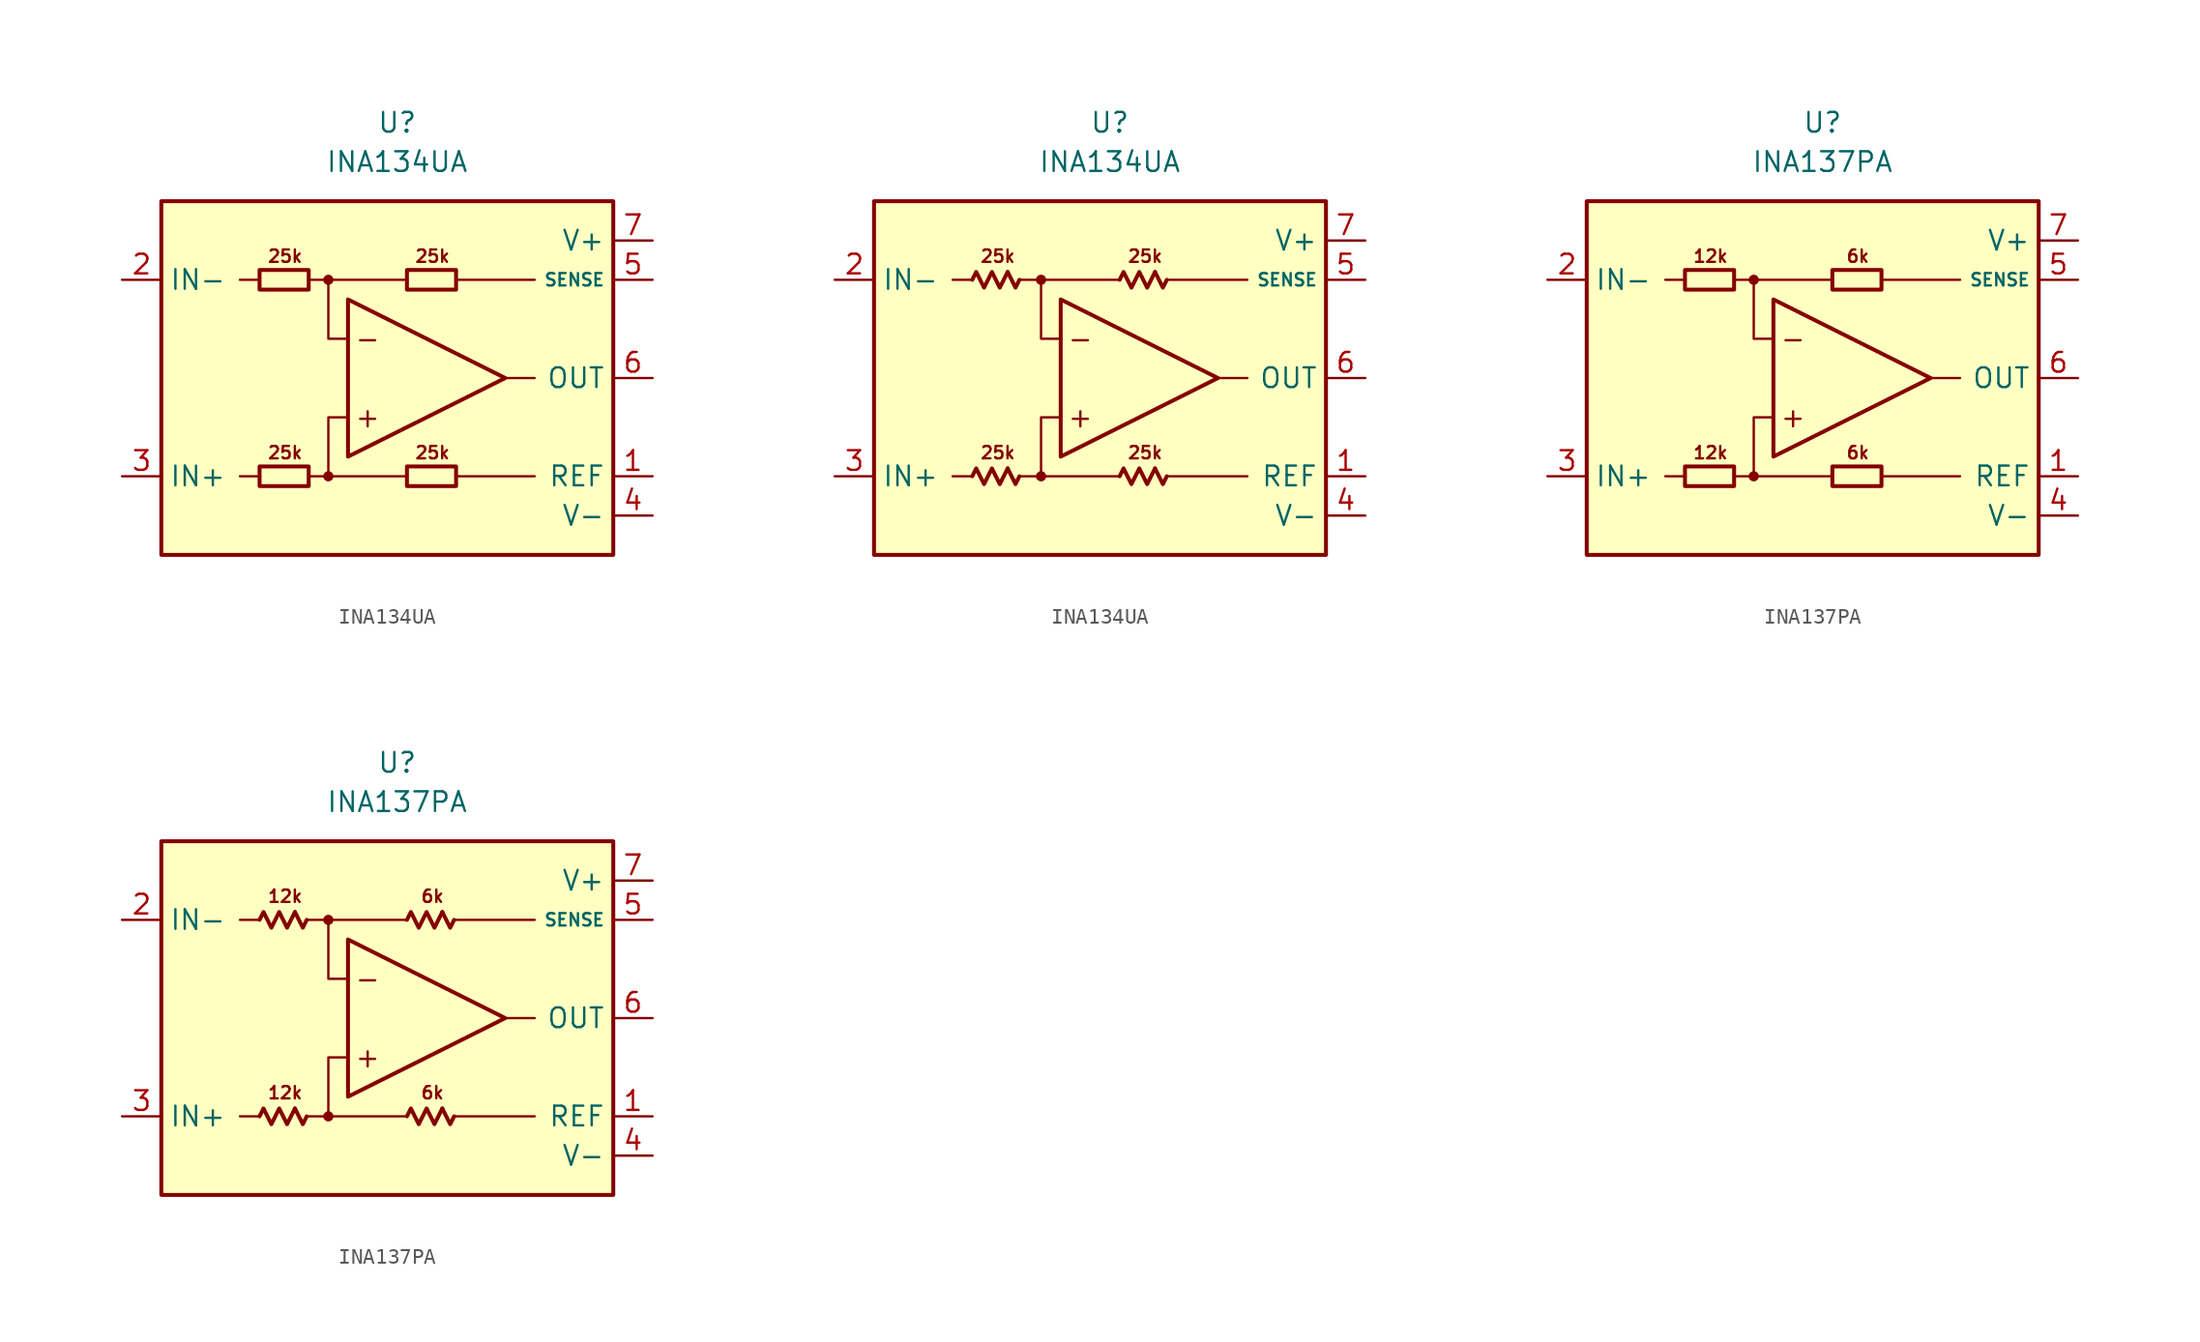
<source format=kicad_sym>
(kicad_symbol_lib
  (version 20231120)
  (generator "kicad_symbol_editor")
  (generator_version "8.0")
  (symbol "INA134UA"
    (property "Reference" "U"
      (at 0 16.51 0)
      (effects (font (size 1.27 1.27))))
    (property "Value" "INA134UA"
      (at 0 13.97 0)
      (effects (font (size 1.27 1.27))))
    (symbol "INA134UA_0_0"
      (rectangle (start -15.24 11.43) (end 13.97 -11.43) (stroke (width 0.254) (type default)) (fill (type background)))
      (circle (center -4.445 -6.35) (radius 0.254) (stroke (width 0.152) (type default)) (fill (type outline)))
      (circle (center -4.445 6.35) (radius 0.254) (stroke (width 0.152) (type default)) (fill (type outline)))
      (polyline (pts (xy -8.89 -6.35) (xy -10.16 -6.35)) (stroke (width 0.152) (type default)) (fill (type none)))
      (polyline (pts (xy -8.89 6.35) (xy -10.16 6.35)) (stroke (width 0.152) (type default)) (fill (type none)))
      (polyline (pts (xy -4.445 6.35) (xy 0.635 6.35)) (stroke (width 0.152) (type default)) (fill (type none)))
      (polyline (pts (xy 0.635 -6.35) (xy -4.445 -6.35)) (stroke (width 0.152) (type default)) (fill (type none)))
      (polyline (pts (xy 3.81 -6.35) (xy 8.89 -6.35)) (stroke (width 0.152) (type default)) (fill (type none)))
      (polyline (pts (xy 3.81 6.35) (xy 8.89 6.35)) (stroke (width 0.152) (type default)) (fill (type none)))
      (polyline (pts (xy 8.89 0) (xy 6.985 0)) (stroke (width 0.152) (type default)) (fill (type none)))
      (polyline (pts (xy -5.715 -6.35) (xy -4.445 -6.35) (xy -4.445 -2.54) (xy -3.175 -2.54)) (stroke (width 0.152) (type default)) (fill (type none)))
      (polyline (pts (xy -3.175 2.54) (xy -4.445 2.54) (xy -4.445 6.35) (xy -5.715 6.35)) (stroke (width 0.152) (type default)) (fill (type none)))
      (polyline (pts (xy -3.175 5.08) (xy -3.175 -5.08) (xy 6.985 0) (xy -3.175 5.08)) (stroke (width 0.254) (type default)) (fill (type none)))
      (text "+" (at -1.905 -2.54 0) (effects (font (size 1.27 1.27))))
      (text "-" (at -1.905 2.54 0) (effects (font (size 1.27 1.27))))
      (text "25k" (at -7.239 -4.826 0) (effects (font (size 0.8 0.8))))
      (text "25k" (at -7.239 7.874 0) (effects (font (size 0.8 0.8))))
      (text "25k" (at 2.286 -4.826 0) (effects (font (size 0.8 0.8))))
      (text "25k" (at 2.286 7.874 0) (effects (font (size 0.8 0.8)))))
    (symbol "INA134UA_0_1"
      (rectangle (start -8.89 -5.715) (end -5.715 -6.985) (stroke (width 0.254) (type default)) (fill (type none)))
      (rectangle (start -8.89 6.985) (end -5.715 5.715) (stroke (width 0.254) (type default)) (fill (type none)))
      (rectangle (start 0.635 -5.715) (end 3.81 -6.985) (stroke (width 0.254) (type default)) (fill (type none)))
      (rectangle (start 0.635 6.985) (end 3.81 5.715) (stroke (width 0.254) (type default)) (fill (type none))))
    (symbol "INA134UA_0_2"
      (polyline (pts (xy -6.604 -5.842) (xy -6.096 -6.858) (xy -5.842 -6.35)) (stroke (width 0.254) (type default)) (fill (type none)))
      (polyline (pts (xy -6.604 6.858) (xy -6.096 5.842) (xy -5.842 6.35)) (stroke (width 0.254) (type default)) (fill (type none)))
      (polyline (pts (xy 2.921 -5.842) (xy 3.429 -6.858) (xy 3.683 -6.35)) (stroke (width 0.254) (type default)) (fill (type none)))
      (polyline (pts (xy 2.921 6.858) (xy 3.429 5.842) (xy 3.683 6.35)) (stroke (width 0.254) (type default)) (fill (type none)))
      (polyline (pts (xy -8.89 -6.35) (xy -8.636 -5.842) (xy -8.128 -6.858) (xy -7.62 -5.842) (xy -7.112 -6.858) (xy -6.604 -5.842)) (stroke (width 0.254) (type default)) (fill (type none)))
      (polyline (pts (xy -8.89 6.35) (xy -8.636 6.858) (xy -8.128 5.842) (xy -7.62 6.858) (xy -7.112 5.842) (xy -6.604 6.858)) (stroke (width 0.254) (type default)) (fill (type none)))
      (polyline (pts (xy 0.635 -6.35) (xy 0.889 -5.842) (xy 1.397 -6.858) (xy 1.905 -5.842) (xy 2.413 -6.858) (xy 2.921 -5.842)) (stroke (width 0.254) (type default)) (fill (type none)))
      (polyline (pts (xy 0.635 6.35) (xy 0.889 6.858) (xy 1.397 5.842) (xy 1.905 6.858) (xy 2.413 5.842) (xy 2.921 6.858)) (stroke (width 0.254) (type default)) (fill (type none))))
    (symbol "INA134UA_1_1"
      (pin input line (at 16.51 -6.35 180) (length 2.54) (name "REF" (effects (font (size 1.27 1.27)))) (number "1" (effects (font (size 1.27 1.27)))))
      (pin input line (at -17.78 6.35 0) (length 2.54) (name "IN-" (effects (font (size 1.27 1.27)))) (number "2" (effects (font (size 1.27 1.27)))))
      (pin input line (at -17.78 -6.35 0) (length 2.54) (name "IN+" (effects (font (size 1.27 1.27)))) (number "3" (effects (font (size 1.27 1.27)))))
      (pin power_in line (at 16.51 -8.89 180) (length 2.54) (name "V-" (effects (font (size 1.27 1.27)))) (number "4" (effects (font (size 1.27 1.27)))))
      (pin input line (at 16.51 6.35 180) (length 2.54) (name "SENSE" (effects (font (size 0.8 0.8)))) (number "5" (effects (font (size 1.27 1.27)))))
      (pin output line (at 16.51 0 180) (length 2.54) (name "OUT" (effects (font (size 1.27 1.27)))) (number "6" (effects (font (size 1.27 1.27)))))
      (pin power_in line (at 16.51 8.89 180) (length 2.54) (name "V+" (effects (font (size 1.27 1.27)))) (number "7" (effects (font (size 1.27 1.27)))))
      (pin free line (at -10.16 0 0) (length 2.54) hide (name "NC" (effects (font (size 1.27 1.27)))) (number "8" (effects (font (size 1.27 1.27))))))
    (symbol "INA134UA_1_2"
      (pin input line (at 16.51 -6.35 180) (length 2.54) (name "REF" (effects (font (size 1.27 1.27)))) (number "1" (effects (font (size 1.27 1.27)))))
      (pin input line (at -17.78 6.35 0) (length 2.54) (name "IN-" (effects (font (size 1.27 1.27)))) (number "2" (effects (font (size 1.27 1.27)))))
      (pin input line (at -17.78 -6.35 0) (length 2.54) (name "IN+" (effects (font (size 1.27 1.27)))) (number "3" (effects (font (size 1.27 1.27)))))
      (pin power_in line (at 16.51 -8.89 180) (length 2.54) (name "V-" (effects (font (size 1.27 1.27)))) (number "4" (effects (font (size 1.27 1.27)))))
      (pin input line (at 16.51 6.35 180) (length 2.54) (name "SENSE" (effects (font (size 0.8 0.8)))) (number "5" (effects (font (size 1.27 1.27)))))
      (pin output line (at 16.51 0 180) (length 2.54) (name "OUT" (effects (font (size 1.27 1.27)))) (number "6" (effects (font (size 1.27 1.27)))))
      (pin power_in line (at 16.51 8.89 180) (length 2.54) (name "V+" (effects (font (size 1.27 1.27)))) (number "7" (effects (font (size 1.27 1.27)))))
      (pin free line (at -10.16 0 0) (length 2.54) hide (name "NC" (effects (font (size 1.27 1.27)))) (number "8" (effects (font (size 1.27 1.27)))))))
  (symbol "INA137PA"
    (property "Reference" "U"
      (at 0 16.51 0)
      (effects (font (size 1.27 1.27))))
    (property "Value" "INA137PA"
      (at 0 13.97 0)
      (effects (font (size 1.27 1.27))))
    (symbol "INA137PA_0_0"
      (rectangle (start -15.24 11.43) (end 13.97 -11.43) (stroke (width 0.254) (type default)) (fill (type background)))
      (circle (center -4.445 -6.35) (radius 0.254) (stroke (width 0.152) (type default)) (fill (type outline)))
      (circle (center -4.445 6.35) (radius 0.254) (stroke (width 0.152) (type default)) (fill (type outline)))
      (polyline (pts (xy -8.89 -6.35) (xy -10.16 -6.35)) (stroke (width 0.152) (type default)) (fill (type none)))
      (polyline (pts (xy -8.89 6.35) (xy -10.16 6.35)) (stroke (width 0.152) (type default)) (fill (type none)))
      (polyline (pts (xy -4.445 6.35) (xy 0.635 6.35)) (stroke (width 0.152) (type default)) (fill (type none)))
      (polyline (pts (xy 0.635 -6.35) (xy -4.445 -6.35)) (stroke (width 0.152) (type default)) (fill (type none)))
      (polyline (pts (xy 3.81 -6.35) (xy 8.89 -6.35)) (stroke (width 0.152) (type default)) (fill (type none)))
      (polyline (pts (xy 3.81 6.35) (xy 8.89 6.35)) (stroke (width 0.152) (type default)) (fill (type none)))
      (polyline (pts (xy 8.89 0) (xy 6.985 0)) (stroke (width 0.152) (type default)) (fill (type none)))
      (polyline (pts (xy -5.715 -6.35) (xy -4.445 -6.35) (xy -4.445 -2.54) (xy -3.175 -2.54)) (stroke (width 0.152) (type default)) (fill (type none)))
      (polyline (pts (xy -3.175 2.54) (xy -4.445 2.54) (xy -4.445 6.35) (xy -5.715 6.35)) (stroke (width 0.152) (type default)) (fill (type none)))
      (polyline (pts (xy -3.175 5.08) (xy -3.175 -5.08) (xy 6.985 0) (xy -3.175 5.08)) (stroke (width 0.254) (type default)) (fill (type none)))
      (text "+" (at -1.905 -2.54 0) (effects (font (size 1.27 1.27))))
      (text "-" (at -1.905 2.54 0) (effects (font (size 1.27 1.27))))
      (text "12k" (at -7.239 -4.826 0) (effects (font (size 0.8 0.8))))
      (text "12k" (at -7.239 7.874 0) (effects (font (size 0.8 0.8))))
      (text "6k" (at 2.286 -4.826 0) (effects (font (size 0.8 0.8))))
      (text "6k" (at 2.286 7.874 0) (effects (font (size 0.8 0.8)))))
    (symbol "INA137PA_0_1"
      (rectangle (start -8.89 -5.715) (end -5.715 -6.985) (stroke (width 0.254) (type default)) (fill (type none)))
      (rectangle (start -8.89 6.985) (end -5.715 5.715) (stroke (width 0.254) (type default)) (fill (type none)))
      (rectangle (start 0.635 -5.715) (end 3.81 -6.985) (stroke (width 0.254) (type default)) (fill (type none)))
      (rectangle (start 0.635 6.985) (end 3.81 5.715) (stroke (width 0.254) (type default)) (fill (type none))))
    (symbol "INA137PA_0_2"
      (polyline (pts (xy -6.604 -5.842) (xy -6.096 -6.858) (xy -5.842 -6.35)) (stroke (width 0.254) (type default)) (fill (type none)))
      (polyline (pts (xy -6.604 6.858) (xy -6.096 5.842) (xy -5.842 6.35)) (stroke (width 0.254) (type default)) (fill (type none)))
      (polyline (pts (xy 2.921 -5.842) (xy 3.429 -6.858) (xy 3.683 -6.35)) (stroke (width 0.254) (type default)) (fill (type none)))
      (polyline (pts (xy 2.921 6.858) (xy 3.429 5.842) (xy 3.683 6.35)) (stroke (width 0.254) (type default)) (fill (type none)))
      (polyline (pts (xy -8.89 -6.35) (xy -8.636 -5.842) (xy -8.128 -6.858) (xy -7.62 -5.842) (xy -7.112 -6.858) (xy -6.604 -5.842)) (stroke (width 0.254) (type default)) (fill (type none)))
      (polyline (pts (xy -8.89 6.35) (xy -8.636 6.858) (xy -8.128 5.842) (xy -7.62 6.858) (xy -7.112 5.842) (xy -6.604 6.858)) (stroke (width 0.254) (type default)) (fill (type none)))
      (polyline (pts (xy 0.635 -6.35) (xy 0.889 -5.842) (xy 1.397 -6.858) (xy 1.905 -5.842) (xy 2.413 -6.858) (xy 2.921 -5.842)) (stroke (width 0.254) (type default)) (fill (type none)))
      (polyline (pts (xy 0.635 6.35) (xy 0.889 6.858) (xy 1.397 5.842) (xy 1.905 6.858) (xy 2.413 5.842) (xy 2.921 6.858)) (stroke (width 0.254) (type default)) (fill (type none))))
    (symbol "INA137PA_1_1"
      (pin input line (at 16.51 -6.35 180) (length 2.54) (name "REF" (effects (font (size 1.27 1.27)))) (number "1" (effects (font (size 1.27 1.27)))))
      (pin input line (at -17.78 6.35 0) (length 2.54) (name "IN-" (effects (font (size 1.27 1.27)))) (number "2" (effects (font (size 1.27 1.27)))))
      (pin input line (at -17.78 -6.35 0) (length 2.54) (name "IN+" (effects (font (size 1.27 1.27)))) (number "3" (effects (font (size 1.27 1.27)))))
      (pin power_in line (at 16.51 -8.89 180) (length 2.54) (name "V-" (effects (font (size 1.27 1.27)))) (number "4" (effects (font (size 1.27 1.27)))))
      (pin input line (at 16.51 6.35 180) (length 2.54) (name "SENSE" (effects (font (size 0.8 0.8)))) (number "5" (effects (font (size 1.27 1.27)))))
      (pin output line (at 16.51 0 180) (length 2.54) (name "OUT" (effects (font (size 1.27 1.27)))) (number "6" (effects (font (size 1.27 1.27)))))
      (pin power_in line (at 16.51 8.89 180) (length 2.54) (name "V+" (effects (font (size 1.27 1.27)))) (number "7" (effects (font (size 1.27 1.27)))))
      (pin free line (at -10.16 0 0) (length 2.54) hide (name "NC" (effects (font (size 1.27 1.27)))) (number "8" (effects (font (size 1.27 1.27))))))
    (symbol "INA137PA_1_2"
      (pin input line (at 16.51 -6.35 180) (length 2.54) (name "REF" (effects (font (size 1.27 1.27)))) (number "1" (effects (font (size 1.27 1.27)))))
      (pin input line (at -17.78 6.35 0) (length 2.54) (name "IN-" (effects (font (size 1.27 1.27)))) (number "2" (effects (font (size 1.27 1.27)))))
      (pin input line (at -17.78 -6.35 0) (length 2.54) (name "IN+" (effects (font (size 1.27 1.27)))) (number "3" (effects (font (size 1.27 1.27)))))
      (pin power_in line (at 16.51 -8.89 180) (length 2.54) (name "V-" (effects (font (size 1.27 1.27)))) (number "4" (effects (font (size 1.27 1.27)))))
      (pin input line (at 16.51 6.35 180) (length 2.54) (name "SENSE" (effects (font (size 0.8 0.8)))) (number "5" (effects (font (size 1.27 1.27)))))
      (pin output line (at 16.51 0 180) (length 2.54) (name "OUT" (effects (font (size 1.27 1.27)))) (number "6" (effects (font (size 1.27 1.27)))))
      (pin power_in line (at 16.51 8.89 180) (length 2.54) (name "V+" (effects (font (size 1.27 1.27)))) (number "7" (effects (font (size 1.27 1.27)))))
      (pin free line (at -10.16 0 0) (length 2.54) hide (name "NC" (effects (font (size 1.27 1.27)))) (number "8" (effects (font (size 1.27 1.27))))))))
</source>
